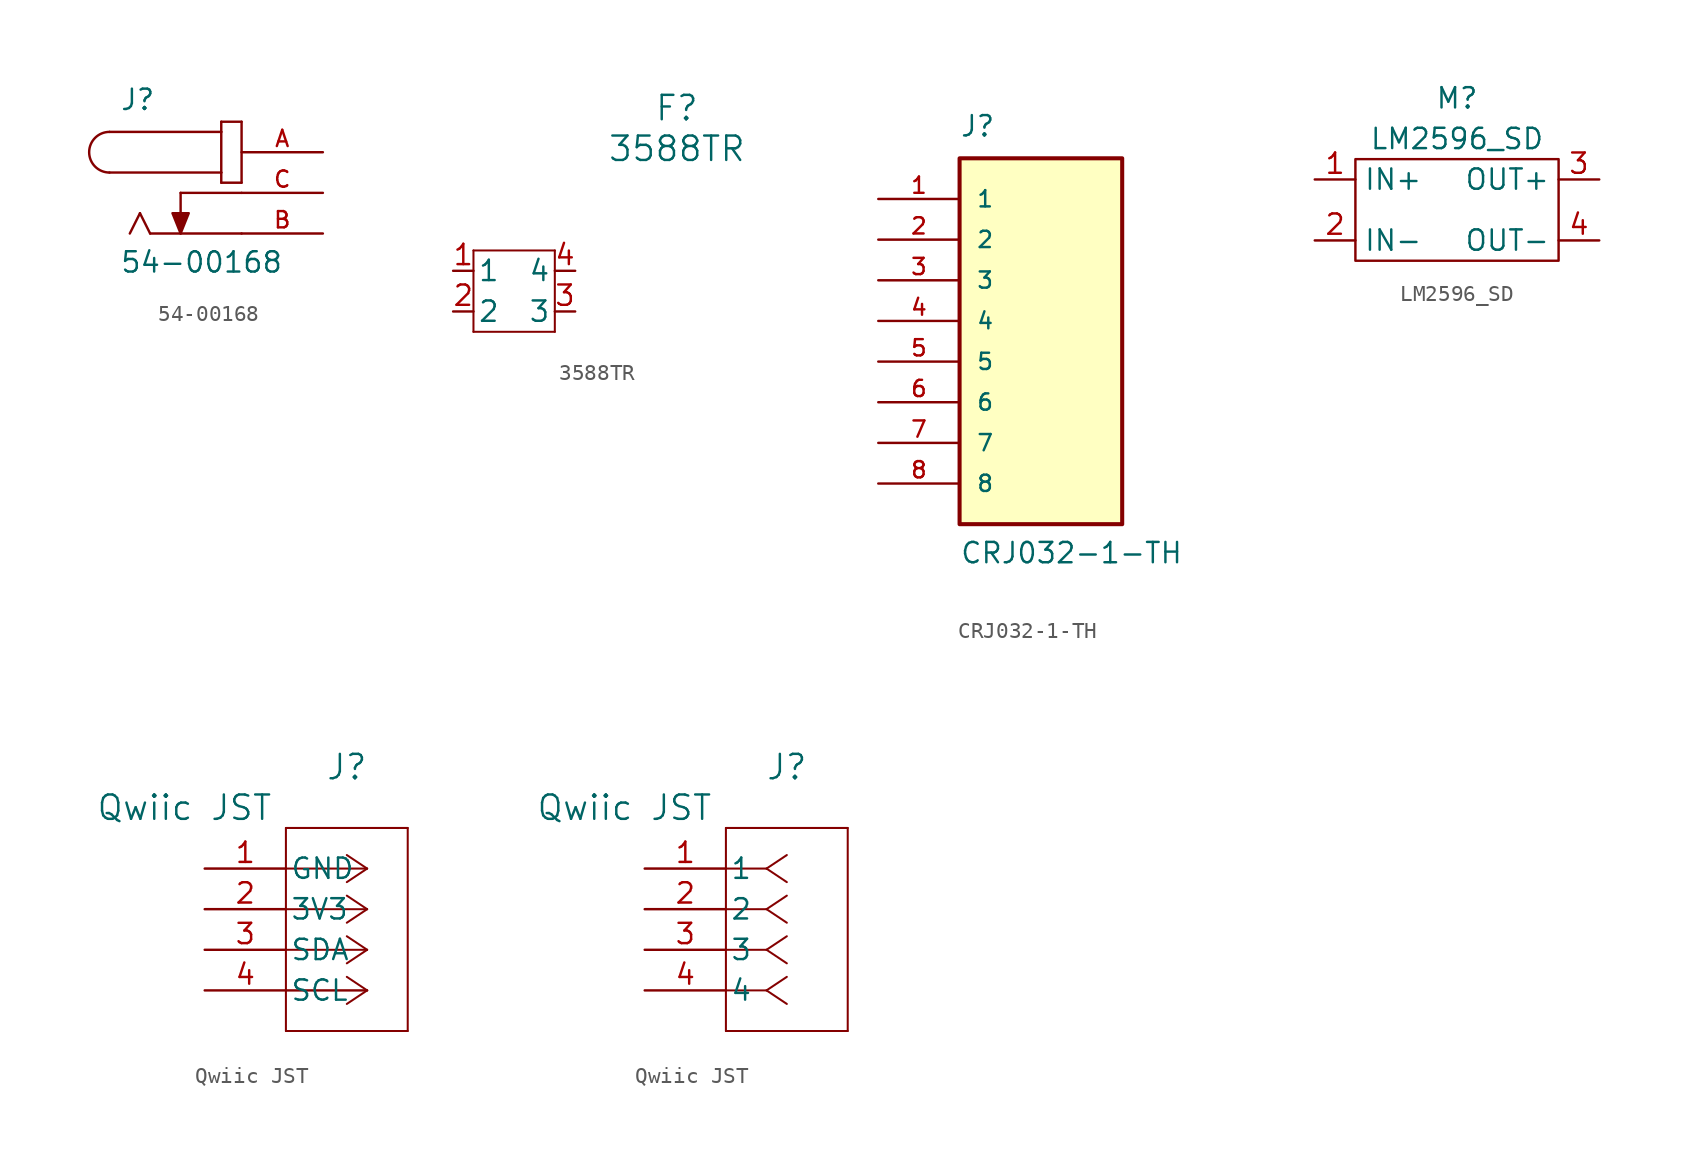
<source format=kicad_sym>
(kicad_symbol_lib
  (version 20231120)
  (generator "kicad_symbol_editor")
  (generator_version "8.0")
  (symbol "54-00168"
    (pin_names
      (offset 1.016))
    (property "Reference" "J"
      (at -7.62 5.08 0)
      (effects (font (size 1.27 1.27)) (justify left bottom)))
    (property "Value" "54-00168"
      (at -7.62 -5.08 0)
      (effects (font (size 1.27 1.27)) (justify left bottom)))
    (symbol "54-00168_0_0"
      (arc (start -8.255 3.81) (mid -9.5194 2.54) (end -8.255 1.27) (stroke (width 0.1524) (type default)) (fill (type none)))
      (polyline (pts (xy -8.255 3.81) (xy -1.27 3.81)) (stroke (width 0.152) (type default)) (fill (type none)))
      (polyline (pts (xy -6.35 -1.27) (xy -6.985 -2.54)) (stroke (width 0.152) (type default)) (fill (type none)))
      (polyline (pts (xy -5.715 -2.54) (xy -6.35 -1.27)) (stroke (width 0.152) (type default)) (fill (type none)))
      (polyline (pts (xy -3.81 0) (xy -3.81 -2.54)) (stroke (width 0.152) (type default)) (fill (type none)))
      (polyline (pts (xy -1.27 0.635) (xy 0 0.635)) (stroke (width 0.152) (type default)) (fill (type none)))
      (polyline (pts (xy -1.27 1.27) (xy -8.255 1.27)) (stroke (width 0.152) (type default)) (fill (type none)))
      (polyline (pts (xy -1.27 1.27) (xy -1.27 0.635)) (stroke (width 0.152) (type default)) (fill (type none)))
      (polyline (pts (xy -1.27 3.81) (xy -1.27 1.27)) (stroke (width 0.152) (type default)) (fill (type none)))
      (polyline (pts (xy -1.27 4.445) (xy -1.27 3.81)) (stroke (width 0.152) (type default)) (fill (type none)))
      (polyline (pts (xy 0 -2.54) (xy -5.715 -2.54)) (stroke (width 0.152) (type default)) (fill (type none)))
      (polyline (pts (xy 0 0) (xy -3.81 0)) (stroke (width 0.152) (type default)) (fill (type none)))
      (polyline (pts (xy 0 0.635) (xy 0 4.445)) (stroke (width 0.152) (type default)) (fill (type none)))
      (polyline (pts (xy 0 4.445) (xy -1.27 4.445)) (stroke (width 0.152) (type default)) (fill (type none)))
      (polyline (pts (xy -3.81 -2.54) (xy -4.318 -1.27) (xy -3.302 -1.27) (xy -3.81 -2.54)) (stroke (width 0.152) (type default)) (fill (type outline)))
      (pin passive line (at 5.08 2.54 180) (length 5.08) (name "~" (effects (font (size 1.016 1.016)))) (number "A" (effects (font (size 1.016 1.016)))))
      (pin passive line (at 5.08 -2.54 180) (length 5.08) (name "~" (effects (font (size 1.016 1.016)))) (number "B" (effects (font (size 1.016 1.016)))))
      (pin passive line (at 5.08 0 180) (length 5.08) (name "~" (effects (font (size 1.016 1.016)))) (number "C" (effects (font (size 1.016 1.016)))))))
  (symbol "3588TR"
    (pin_names
      (offset 0.254))
    (property "Reference" "F"
      (at 20.32 10.16 0)
      (effects (font (size 1.524 1.524))))
    (property "Value" "3588TR"
      (at 20.32 7.62 0)
      (effects (font (size 1.524 1.524))))
    (property "ki_locked" ""
      (at 0 0 0)
      (effects (font (size 1.27 1.27))))
    (symbol "3588TR_0_1"
      (polyline (pts (xy 7.62 -3.81) (xy 12.7 -3.81)) (stroke (width 0.127) (type default)) (fill (type none)))
      (polyline (pts (xy 7.62 1.27) (xy 7.62 -3.81)) (stroke (width 0.127) (type default)) (fill (type none)))
      (polyline (pts (xy 12.7 -3.81) (xy 12.7 1.27)) (stroke (width 0.127) (type default)) (fill (type none)))
      (polyline (pts (xy 12.7 1.27) (xy 7.62 1.27)) (stroke (width 0.127) (type default)) (fill (type none))))
    (symbol "3588TR_1_1"
      (pin unspecified line (at 6.35 0 0) (length 1.27) (name "1" (effects (font (size 1.27 1.27)))) (number "1" (effects (font (size 1.27 1.27)))))
      (pin unspecified line (at 6.35 -2.54 0) (length 1.27) (name "2" (effects (font (size 1.27 1.27)))) (number "2" (effects (font (size 1.27 1.27)))))
      (pin unspecified line (at 13.97 -2.54 180) (length 1.27) (name "3" (effects (font (size 1.27 1.27)))) (number "3" (effects (font (size 1.27 1.27)))))
      (pin unspecified line (at 13.97 0 180) (length 1.27) (name "4" (effects (font (size 1.27 1.27)))) (number "4" (effects (font (size 1.27 1.27)))))))
  (symbol "CRJ032-1-TH"
    (pin_names
      (offset 1.016))
    (property "Reference" "J"
      (at -5.08 11.43 0)
      (effects (font (size 1.27 1.27)) (justify left bottom)))
    (property "Value" "CRJ032-1-TH"
      (at -5.08 -15.24 0)
      (effects (font (size 1.27 1.27)) (justify left bottom)))
    (property "ki_locked" ""
      (at 0 0 0)
      (effects (font (size 1.27 1.27))))
    (symbol "CRJ032-1-TH_0_0"
      (rectangle (start -5.08 -12.7) (end 5.08 10.16) (stroke (width 0.254) (type default)) (fill (type background)))
      (pin passive line (at -10.16 7.62 0) (length 5.08) (name "1" (effects (font (size 1.016 1.016)))) (number "1" (effects (font (size 1.016 1.016)))))
      (pin passive line (at -10.16 5.08 0) (length 5.08) (name "2" (effects (font (size 1.016 1.016)))) (number "2" (effects (font (size 1.016 1.016)))))
      (pin passive line (at -10.16 2.54 0) (length 5.08) (name "3" (effects (font (size 1.016 1.016)))) (number "3" (effects (font (size 1.016 1.016)))))
      (pin passive line (at -10.16 0 0) (length 5.08) (name "4" (effects (font (size 1.016 1.016)))) (number "4" (effects (font (size 1.016 1.016)))))
      (pin passive line (at -10.16 -2.54 0) (length 5.08) (name "5" (effects (font (size 1.016 1.016)))) (number "5" (effects (font (size 1.016 1.016)))))
      (pin passive line (at -10.16 -5.08 0) (length 5.08) (name "6" (effects (font (size 1.016 1.016)))) (number "6" (effects (font (size 1.016 1.016)))))
      (pin passive line (at -10.16 -7.62 0) (length 5.08) (name "7" (effects (font (size 1.016 1.016)))) (number "7" (effects (font (size 1.016 1.016)))))
      (pin passive line (at -10.16 -10.16 0) (length 5.08) (name "8" (effects (font (size 1.016 1.016)))) (number "8" (effects (font (size 1.016 1.016)))))))
  (symbol "LM2596_SD"
    (property "Reference" "M"
      (at 6.35 3.81 0)
      (effects (font (size 1.27 1.27))))
    (property "Value" "LM2596_SD"
      (at 6.35 1.27 0)
      (effects (font (size 1.27 1.27))))
    (symbol "LM2596_SD_0_1"
      (rectangle (start 0 0) (end 12.7 -6.35) (stroke (width 0) (type default)) (fill (type none))))
    (symbol "LM2596_SD_1_1"
      (pin power_in line (at -2.54 -1.27 0) (length 2.54) (name "IN+" (effects (font (size 1.27 1.27)))) (number "1" (effects (font (size 1.27 1.27)))))
      (pin power_in line (at -2.54 -5.08 0) (length 2.54) (name "IN-" (effects (font (size 1.27 1.27)))) (number "2" (effects (font (size 1.27 1.27)))))
      (pin power_out line (at 15.24 -1.27 180) (length 2.54) (name "OUT+" (effects (font (size 1.27 1.27)))) (number "3" (effects (font (size 1.27 1.27)))))
      (pin power_out line (at 15.24 -5.08 180) (length 2.54) (name "OUT-" (effects (font (size 1.27 1.27)))) (number "4" (effects (font (size 1.27 1.27)))))))
  (symbol "Qwiic JST"
    (pin_names
      (offset 0.254))
    (property "Reference" "J"
      (at 8.89 6.35 0)
      (effects (font (size 1.524 1.524))))
    (property "Value" "Qwiic JST"
      (at -1.27 3.81 0)
      (effects (font (size 1.524 1.524))))
    (property "ki_locked" ""
      (at 0 0 0)
      (effects (font (size 1.27 1.27))))
    (symbol "Qwiic JST_1_1"
      (polyline (pts (xy 5.08 -10.16) (xy 12.7 -10.16)) (stroke (width 0.127) (type default)) (fill (type none)))
      (polyline (pts (xy 5.08 2.54) (xy 5.08 -10.16)) (stroke (width 0.127) (type default)) (fill (type none)))
      (polyline (pts (xy 10.16 -7.62) (xy 5.08 -7.62)) (stroke (width 0) (type default)) (fill (type none)))
      (polyline (pts (xy 10.16 -7.62) (xy 8.89 -8.467)) (stroke (width 0.127) (type default)) (fill (type none)))
      (polyline (pts (xy 10.16 -7.62) (xy 8.89 -6.773)) (stroke (width 0.127) (type default)) (fill (type none)))
      (polyline (pts (xy 10.16 -5.08) (xy 5.08 -5.08)) (stroke (width 0.127) (type default)) (fill (type none)))
      (polyline (pts (xy 10.16 -5.08) (xy 8.89 -5.927)) (stroke (width 0.127) (type default)) (fill (type none)))
      (polyline (pts (xy 10.16 -5.08) (xy 8.89 -4.233)) (stroke (width 0.127) (type default)) (fill (type none)))
      (polyline (pts (xy 10.16 -2.54) (xy 5.08 -2.54)) (stroke (width 0.127) (type default)) (fill (type none)))
      (polyline (pts (xy 10.16 -2.54) (xy 8.89 -3.387)) (stroke (width 0.127) (type default)) (fill (type none)))
      (polyline (pts (xy 10.16 -2.54) (xy 8.89 -1.693)) (stroke (width 0.127) (type default)) (fill (type none)))
      (polyline (pts (xy 10.16 0) (xy 5.08 0)) (stroke (width 0.127) (type default)) (fill (type none)))
      (polyline (pts (xy 10.16 0) (xy 8.89 -0.847)) (stroke (width 0.127) (type default)) (fill (type none)))
      (polyline (pts (xy 10.16 0) (xy 8.89 0.847)) (stroke (width 0.127) (type default)) (fill (type none)))
      (polyline (pts (xy 12.7 -10.16) (xy 12.7 2.54)) (stroke (width 0.127) (type default)) (fill (type none)))
      (polyline (pts (xy 12.7 2.54) (xy 5.08 2.54)) (stroke (width 0.127) (type default)) (fill (type none)))
      (pin unspecified line (at 0 0 0) (length 5.08) (name "GND" (effects (font (size 1.27 1.27)))) (number "1" (effects (font (size 1.27 1.27)))))
      (pin unspecified line (at 0 -2.54 0) (length 5.08) (name "3V3" (effects (font (size 1.27 1.27)))) (number "2" (effects (font (size 1.27 1.27)))))
      (pin unspecified line (at 0 -5.08 0) (length 5.08) (name "SDA" (effects (font (size 1.27 1.27)))) (number "3" (effects (font (size 1.27 1.27)))))
      (pin unspecified line (at 0 -7.62 0) (length 5.08) (name "SCL" (effects (font (size 1.27 1.27)))) (number "4" (effects (font (size 1.27 1.27))))))
    (symbol "Qwiic JST_1_2"
      (polyline (pts (xy 5.08 -10.16) (xy 12.7 -10.16)) (stroke (width 0.127) (type default)) (fill (type none)))
      (polyline (pts (xy 5.08 2.54) (xy 5.08 -10.16)) (stroke (width 0.127) (type default)) (fill (type none)))
      (polyline (pts (xy 7.62 -7.62) (xy 5.08 -7.62)) (stroke (width 0.127) (type default)) (fill (type none)))
      (polyline (pts (xy 7.62 -7.62) (xy 8.89 -8.467)) (stroke (width 0.127) (type default)) (fill (type none)))
      (polyline (pts (xy 7.62 -7.62) (xy 8.89 -6.773)) (stroke (width 0.127) (type default)) (fill (type none)))
      (polyline (pts (xy 7.62 -5.08) (xy 5.08 -5.08)) (stroke (width 0.127) (type default)) (fill (type none)))
      (polyline (pts (xy 7.62 -5.08) (xy 8.89 -5.927)) (stroke (width 0.127) (type default)) (fill (type none)))
      (polyline (pts (xy 7.62 -5.08) (xy 8.89 -4.233)) (stroke (width 0.127) (type default)) (fill (type none)))
      (polyline (pts (xy 7.62 -2.54) (xy 5.08 -2.54)) (stroke (width 0.127) (type default)) (fill (type none)))
      (polyline (pts (xy 7.62 -2.54) (xy 8.89 -3.387)) (stroke (width 0.127) (type default)) (fill (type none)))
      (polyline (pts (xy 7.62 -2.54) (xy 8.89 -1.693)) (stroke (width 0.127) (type default)) (fill (type none)))
      (polyline (pts (xy 7.62 0) (xy 5.08 0)) (stroke (width 0.127) (type default)) (fill (type none)))
      (polyline (pts (xy 7.62 0) (xy 8.89 -0.847)) (stroke (width 0.127) (type default)) (fill (type none)))
      (polyline (pts (xy 7.62 0) (xy 8.89 0.847)) (stroke (width 0.127) (type default)) (fill (type none)))
      (polyline (pts (xy 12.7 -10.16) (xy 12.7 2.54)) (stroke (width 0.127) (type default)) (fill (type none)))
      (polyline (pts (xy 12.7 2.54) (xy 5.08 2.54)) (stroke (width 0.127) (type default)) (fill (type none)))
      (pin unspecified line (at 0 0 0) (length 5.08) (name "1" (effects (font (size 1.27 1.27)))) (number "1" (effects (font (size 1.27 1.27)))))
      (pin unspecified line (at 0 -2.54 0) (length 5.08) (name "2" (effects (font (size 1.27 1.27)))) (number "2" (effects (font (size 1.27 1.27)))))
      (pin unspecified line (at 0 -5.08 0) (length 5.08) (name "3" (effects (font (size 1.27 1.27)))) (number "3" (effects (font (size 1.27 1.27)))))
      (pin unspecified line (at 0 -7.62 0) (length 5.08) (name "4" (effects (font (size 1.27 1.27)))) (number "4" (effects (font (size 1.27 1.27))))))))
</source>
